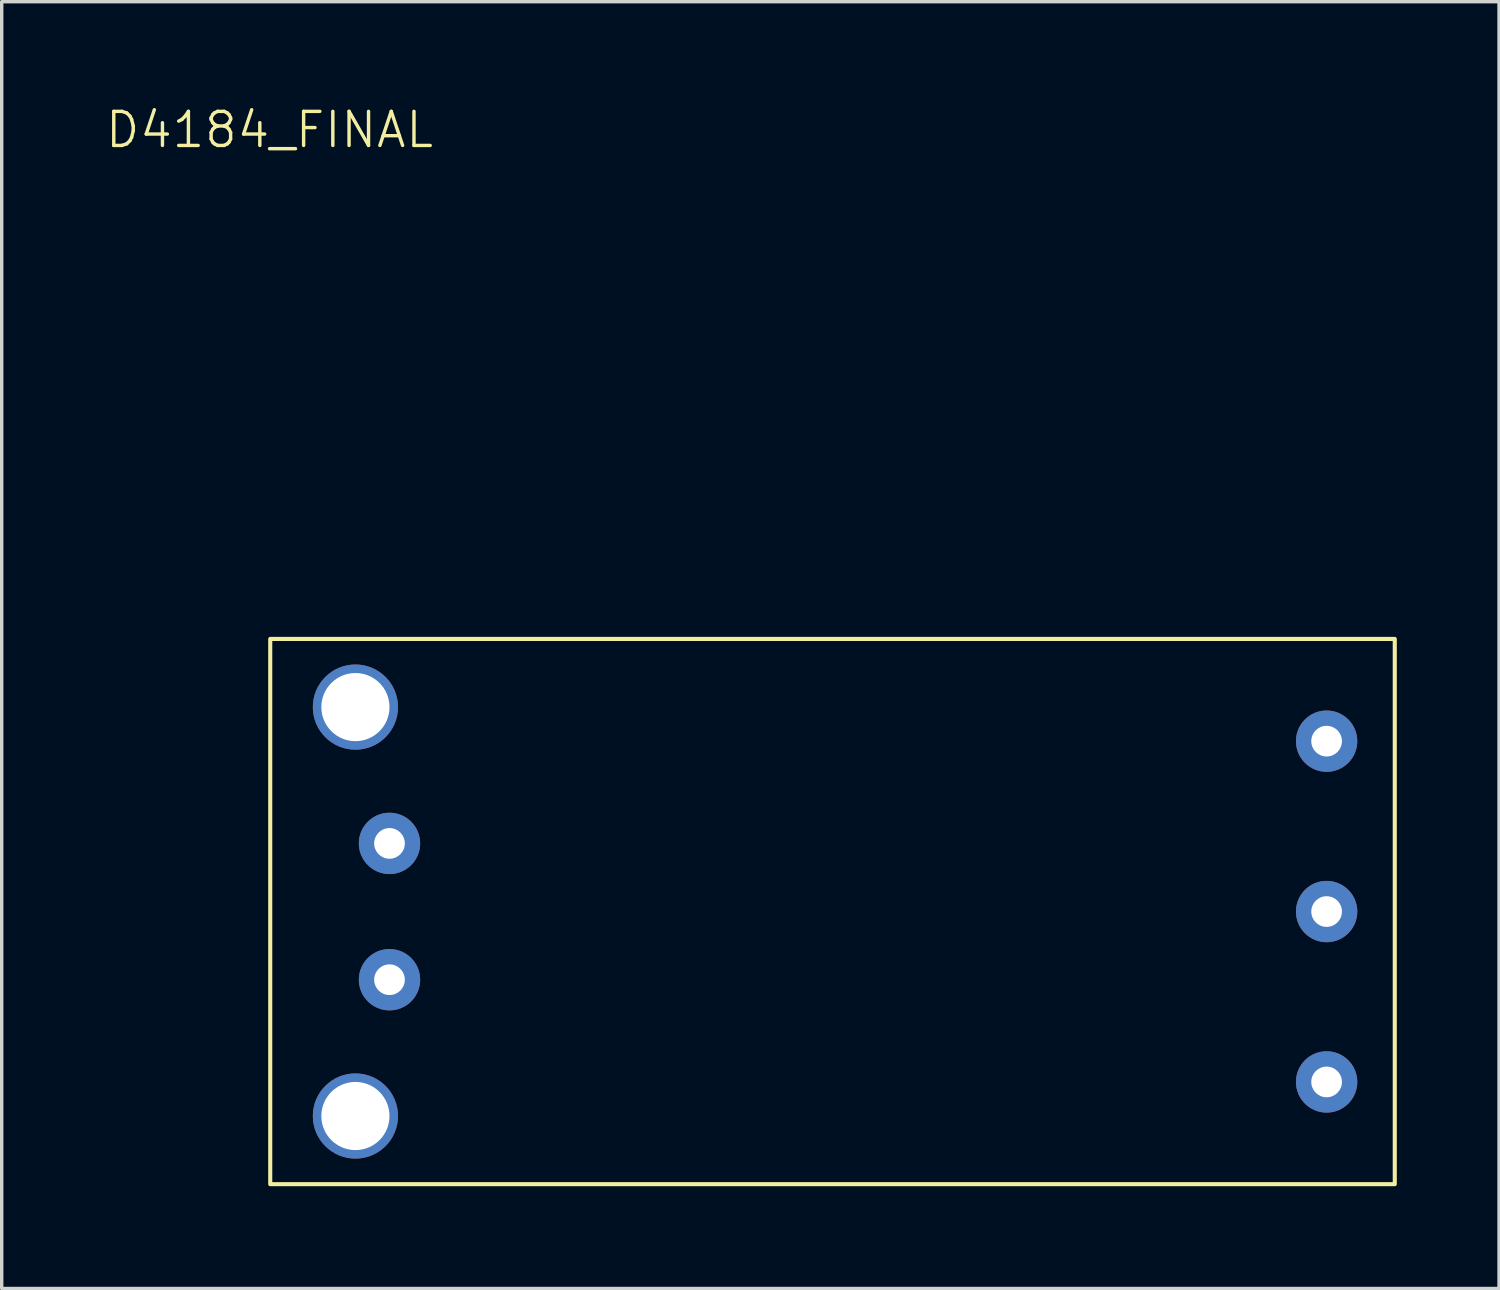
<source format=kicad_pcb>
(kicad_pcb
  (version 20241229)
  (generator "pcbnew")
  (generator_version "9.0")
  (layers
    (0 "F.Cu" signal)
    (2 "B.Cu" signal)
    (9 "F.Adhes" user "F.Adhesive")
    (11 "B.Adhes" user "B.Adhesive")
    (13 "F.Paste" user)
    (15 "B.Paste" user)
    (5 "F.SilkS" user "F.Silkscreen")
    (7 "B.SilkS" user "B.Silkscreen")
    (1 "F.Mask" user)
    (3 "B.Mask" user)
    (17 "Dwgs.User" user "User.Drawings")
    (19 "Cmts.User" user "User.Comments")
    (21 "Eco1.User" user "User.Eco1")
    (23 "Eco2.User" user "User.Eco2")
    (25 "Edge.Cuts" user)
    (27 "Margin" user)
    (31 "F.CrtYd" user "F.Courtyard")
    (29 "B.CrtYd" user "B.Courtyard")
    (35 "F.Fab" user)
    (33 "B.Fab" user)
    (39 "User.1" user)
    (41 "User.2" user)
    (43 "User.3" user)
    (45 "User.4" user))
  (footprint "D4184_FINAL"
    (layer "F.Cu")
    (at 4.88 15.7)
    (property "Reference" "D4184_FINAL" (at -0.02 -14.94 0) (unlocked yes) (layer "F.SilkS") (effects (font (size 1 1) (thickness 0.1))))
    (attr through_hole)
    (fp_rect (start 0 0) (end 33 16) (stroke (width 0.12) (type solid)) (fill no) (layer "F.SilkS"))
    (pad "" thru_hole circle (at 2.5 2) (size 2.5 2.5) (drill 2) (layers "*.Cu" "*.Mask"))
    (pad "" thru_hole circle (at 2.5 14) (size 2.5 2.5) (drill 2) (layers "*.Cu" "*.Mask"))
    (pad "1" thru_hole circle (at 3.5 6) (size 1.8 1.8) (drill 0.9) (layers "*.Cu" "*.Mask"))
    (pad "2" thru_hole circle (at 3.5 10) (size 1.8 1.8) (drill 0.9) (layers "*.Cu" "*.Mask"))
    (pad "3" thru_hole circle (at 31 3) (size 1.8 1.8) (drill 0.9) (layers "*.Cu" "*.Mask"))
    (pad "4" thru_hole circle (at 31 8) (size 1.8 1.8) (drill 0.9) (layers "*.Cu" "*.Mask"))
    (pad "5" thru_hole circle (at 31 13) (size 1.8 1.8) (drill 0.9) (layers "*.Cu" "*.Mask")))
  (gr_rect
    (start -3 -3)
    (end 40.94 34.761)
    (stroke (width 0.1) (type default))
    (fill no)
    (layer "Edge.Cuts")))
</source>
